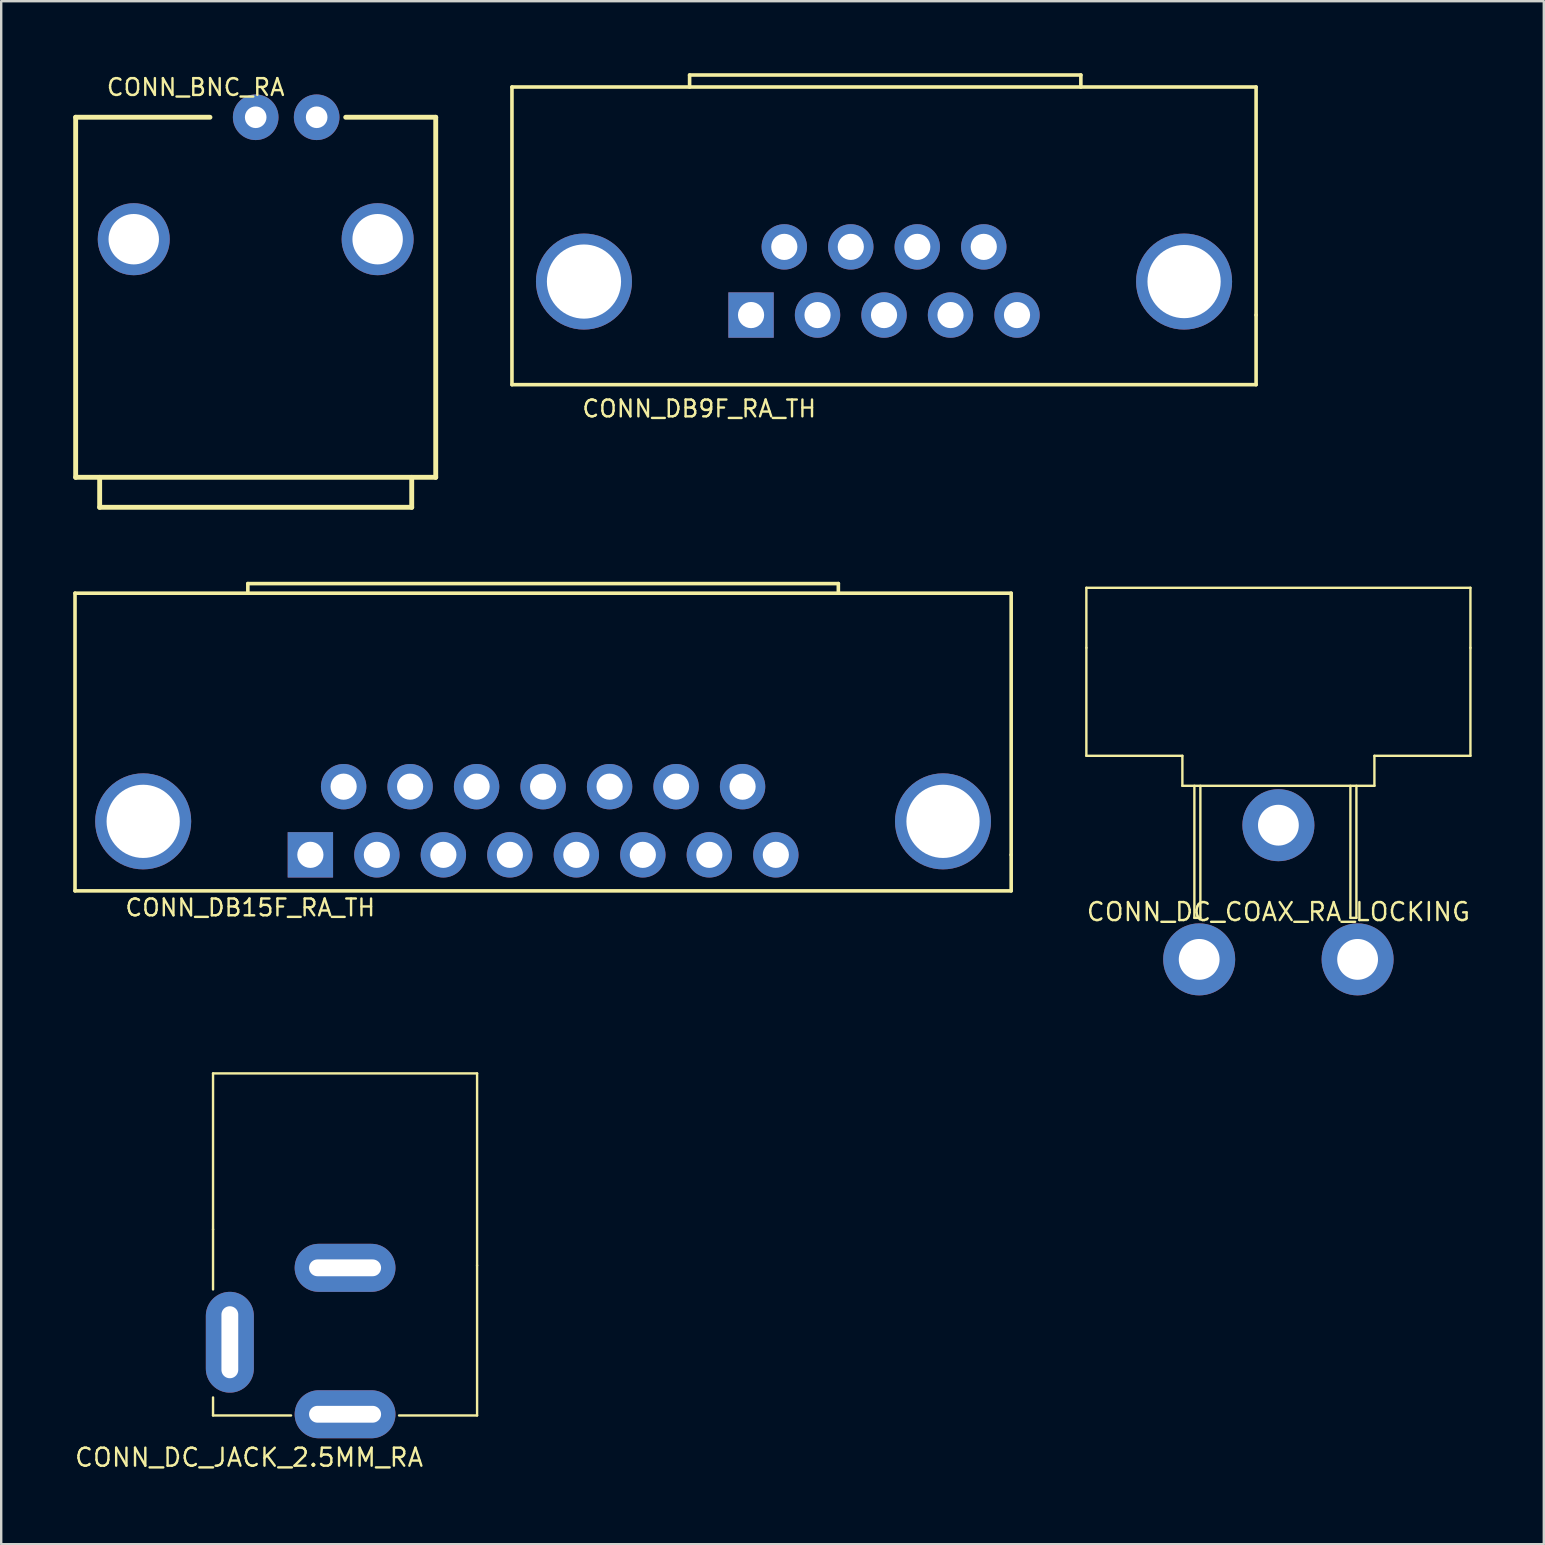
<source format=kicad_pcb>
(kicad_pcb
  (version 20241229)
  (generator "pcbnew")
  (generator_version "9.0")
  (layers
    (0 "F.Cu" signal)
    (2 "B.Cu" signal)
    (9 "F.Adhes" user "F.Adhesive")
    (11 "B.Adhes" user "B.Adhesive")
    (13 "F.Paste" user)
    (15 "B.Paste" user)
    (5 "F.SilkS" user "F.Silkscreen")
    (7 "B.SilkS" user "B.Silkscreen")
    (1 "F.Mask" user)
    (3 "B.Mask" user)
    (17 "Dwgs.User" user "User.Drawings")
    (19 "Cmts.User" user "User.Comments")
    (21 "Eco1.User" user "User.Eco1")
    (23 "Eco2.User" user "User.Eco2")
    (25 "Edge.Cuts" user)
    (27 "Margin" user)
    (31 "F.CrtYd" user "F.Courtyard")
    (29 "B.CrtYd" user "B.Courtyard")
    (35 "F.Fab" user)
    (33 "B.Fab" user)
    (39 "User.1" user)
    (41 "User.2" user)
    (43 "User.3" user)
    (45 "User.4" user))
  (footprint "CONN_DC_JACK_2.5MM_RA"
    (layer "F.Cu")
    (at 11.325 41.667)
    (property "Reference" "CONN_DC_JACK_2.5MM_RA" (at -4 16 0) (layer "F.SilkS") (effects (font (size 0.75 0.75) (thickness 0.1))))
    (attr through_hole)
    (fp_line (start -5.5 0) (end 5.5 0) (stroke (width 0.1) (type solid)) (layer "F.SilkS"))
    (fp_line (start -5.5 6.5) (end -5.5 0) (stroke (width 0.1) (type solid)) (layer "F.SilkS"))
    (fp_line (start -5.5 6.5) (end -5.5 9) (stroke (width 0.1) (type solid)) (layer "F.SilkS"))
    (fp_line (start -5.5 13.5) (end -5.5 14.25) (stroke (width 0.1) (type solid)) (layer "F.SilkS"))
    (fp_line (start -5.5 14.25) (end -2.25 14.25) (stroke (width 0.1) (type solid)) (layer "F.SilkS"))
    (fp_line (start 2.25 14.25) (end 5.5 14.25) (stroke (width 0.1) (type solid)) (layer "F.SilkS"))
    (fp_line (start 5.5 0) (end 5.5 8) (stroke (width 0.1) (type solid)) (layer "F.SilkS"))
    (fp_line (start 5.5 14.25) (end 5.5 8) (stroke (width 0.1) (type solid)) (layer "F.SilkS"))
    (pad "1" thru_hole oval (at 0 14.2 90) (size 2 4.2) (drill oval 0.7 3) (layers "*.Cu" "*.Mask"))
    (pad "2" thru_hole oval (at 0 8.1 90) (size 2 4.2) (drill oval 0.7 3) (layers "*.Cu" "*.Mask"))
    (pad "3" thru_hole oval (at -4.8 11.2) (size 2 4.2) (drill oval 0.7 3) (layers "*.Cu" "*.Mask")))
  (footprint "CONN_DC_COAX_RA_LOCKING"
    (layer "F.Cu")
    (at 50.207 21.437)
    (property "Reference" "CONN_DC_COAX_RA_LOCKING" (at 0 13.5 0) (layer "F.SilkS") (effects (font (size 0.75 0.75) (thickness 0.1))))
    (attr through_hole)
    (fp_line (start -8 0) (end 8 0) (stroke (width 0.1) (type solid)) (layer "F.SilkS"))
    (fp_line (start -8 2.5) (end -8 0) (stroke (width 0.1) (type solid)) (layer "F.SilkS"))
    (fp_line (start -8 2.5) (end -8 7) (stroke (width 0.1) (type solid)) (layer "F.SilkS"))
    (fp_line (start -8 7) (end -4 7) (stroke (width 0.1) (type solid)) (layer "F.SilkS"))
    (fp_line (start -4 7) (end -4 8.25) (stroke (width 0.1) (type solid)) (layer "F.SilkS"))
    (fp_line (start -4 8.25) (end 4 8.25) (stroke (width 0.1) (type solid)) (layer "F.SilkS"))
    (fp_line (start -3.5 8.25) (end -3.5 13.75) (stroke (width 0.1) (type solid)) (layer "F.SilkS"))
    (fp_line (start -3.5 13.75) (end -3.25 13.75) (stroke (width 0.1) (type solid)) (layer "F.SilkS"))
    (fp_line (start -3.25 13.75) (end -3.25 8.25) (stroke (width 0.1) (type solid)) (layer "F.SilkS"))
    (fp_line (start 3 8.25) (end 3 13.75) (stroke (width 0.1) (type solid)) (layer "F.SilkS"))
    (fp_line (start 3 13.75) (end 3.25 13.75) (stroke (width 0.1) (type solid)) (layer "F.SilkS"))
    (fp_line (start 3.25 13.75) (end 3.25 8.25) (stroke (width 0.1) (type solid)) (layer "F.SilkS"))
    (fp_line (start 4 7) (end 8 7) (stroke (width 0.1) (type solid)) (layer "F.SilkS"))
    (fp_line (start 4 8.25) (end 4 7) (stroke (width 0.1) (type solid)) (layer "F.SilkS"))
    (fp_line (start 8 0) (end 8 2.5) (stroke (width 0.1) (type solid)) (layer "F.SilkS"))
    (fp_line (start 8 7) (end 8 2.5) (stroke (width 0.1) (type solid)) (layer "F.SilkS"))
    (pad "1" thru_hole circle (at 0 9.89) (size 3 3) (drill 1.7) (layers "*.Cu" "*.Mask"))
    (pad "2" thru_hole circle (at -3.3 15.48) (size 3 3) (drill 1.7) (layers "*.Cu" "*.Mask"))
    (pad "3" thru_hole circle (at 3.3 15.48) (size 3 3) (drill 1.7) (layers "*.Cu" "*.Mask")))
  (footprint "CONN_DB9F_RA_TH"
    (layer "F.Cu")
    (at 33.778 10.075)
    (property "Reference" "CONN_DB9F_RA_TH" (at -7.7 3.9 0) (layer "F.SilkS") (effects (font (size 0.7 0.7) (thickness 0.1))))
    (attr through_hole)
    (fp_line (start -15.5 -9.5) (end -15.5 2.9) (stroke (width 0.15) (type solid)) (layer "F.SilkS"))
    (fp_line (start -15.5 2.9) (end 15.5 2.9) (stroke (width 0.15) (type solid)) (layer "F.SilkS"))
    (fp_line (start -8.1 -10) (end 8.2 -10) (stroke (width 0.15) (type solid)) (layer "F.SilkS"))
    (fp_line (start -8.1 -9.5) (end -8.1 -10) (stroke (width 0.15) (type solid)) (layer "F.SilkS"))
    (fp_line (start 8.2 -10) (end 8.2 -9.5) (stroke (width 0.15) (type solid)) (layer "F.SilkS"))
    (fp_line (start 15.5 -9.5) (end -15.5 -9.5) (stroke (width 0.15) (type solid)) (layer "F.SilkS"))
    (fp_line (start 15.5 0) (end 15.5 -9.5) (stroke (width 0.15) (type solid)) (layer "F.SilkS"))
    (fp_line (start 15.5 2.9) (end 15.5 0) (stroke (width 0.15) (type solid)) (layer "F.SilkS"))
    (pad "1" thru_hole rect (at -5.54 0) (size 1.89 1.89) (drill 1.09) (layers "*.Cu" "*.Mask"))
    (pad "2" thru_hole circle (at -2.77 0) (size 1.89 1.89) (drill 1.09) (layers "*.Cu" "*.Mask"))
    (pad "3" thru_hole circle (at 0 0) (size 1.89 1.89) (drill 1.09) (layers "*.Cu" "*.Mask"))
    (pad "4" thru_hole circle (at 2.77 0) (size 1.89 1.89) (drill 1.09) (layers "*.Cu" "*.Mask"))
    (pad "5" thru_hole circle (at 5.54 0) (size 1.89 1.89) (drill 1.09) (layers "*.Cu" "*.Mask"))
    (pad "6" thru_hole circle (at -4.155 -2.84) (size 1.89 1.89) (drill 1.09) (layers "*.Cu" "*.Mask"))
    (pad "7" thru_hole circle (at -1.385 -2.84) (size 1.89 1.89) (drill 1.09) (layers "*.Cu" "*.Mask"))
    (pad "8" thru_hole circle (at 1.385 -2.84) (size 1.89 1.89) (drill 1.09) (layers "*.Cu" "*.Mask"))
    (pad "9" thru_hole circle (at 4.155 -2.84) (size 1.89 1.89) (drill 1.09) (layers "*.Cu" "*.Mask"))
    (pad "A" thru_hole circle (at -12.5 -1.395) (size 4 4) (drill 3.09) (layers "*.Cu" "*.Mask"))
    (pad "B" thru_hole circle (at 12.5 -1.395) (size 4 4) (drill 3.05) (layers "*.Cu" "*.Mask")))
  (footprint "CONN_BNC_RA"
    (layer "F.Cu")
    (at 7.602 1.835)
    (property "Reference" "CONN_BNC_RA" (at -2.5 -1.25 0) (layer "F.SilkS") (effects (font (size 0.7 0.7) (thickness 0.1))))
    (attr through_hole)
    (fp_line (start -7.5 0) (end -7.5 15) (stroke (width 0.203) (type solid)) (layer "F.SilkS"))
    (fp_line (start -7.5 15) (end 7.5 15) (stroke (width 0.203) (type solid)) (layer "F.SilkS"))
    (fp_line (start -6.5 15) (end -6.5 16.25) (stroke (width 0.203) (type solid)) (layer "F.SilkS"))
    (fp_line (start -6.5 16.25) (end 6.5 16.25) (stroke (width 0.203) (type solid)) (layer "F.SilkS"))
    (fp_line (start -1.905 0) (end -7.5 0) (stroke (width 0.203) (type solid)) (layer "F.SilkS"))
    (fp_line (start 6.5 16.25) (end 6.5 15) (stroke (width 0.203) (type solid)) (layer "F.SilkS"))
    (fp_line (start 7.5 0) (end 3.75 0) (stroke (width 0.203) (type solid)) (layer "F.SilkS"))
    (fp_line (start 7.5 15) (end 7.5 0) (stroke (width 0.203) (type solid)) (layer "F.SilkS"))
    (pad "1" thru_hole circle (at 0 0) (size 1.9 1.9) (drill 0.9) (layers "*.Cu" "*.Mask"))
    (pad "2" thru_hole circle (at 2.54 0) (size 1.9 1.9) (drill 0.9) (layers "*.Cu" "*.Mask"))
    (pad "3" thru_hole circle (at -5.08 5.08) (size 3 3) (drill 2.1) (layers "*.Cu" "*.Mask"))
    (pad "4" thru_hole circle (at 5.08 5.08) (size 3 3) (drill 2.1) (layers "*.Cu" "*.Mask")))
  (footprint "CONN_DB15F_RA_TH"
    (layer "F.Cu")
    (at 19.575 32.562)
    (property "Reference" "CONN_DB15F_RA_TH" (at -12.2 2.2 0) (layer "F.SilkS") (effects (font (size 0.7 0.7) (thickness 0.1))))
    (attr through_hole)
    (fp_line (start -19.5 -10.9) (end -19.5 1.5) (stroke (width 0.15) (type solid)) (layer "F.SilkS"))
    (fp_line (start -19.5 1.5) (end 19.5 1.5) (stroke (width 0.15) (type solid)) (layer "F.SilkS"))
    (fp_line (start -12.3 -11.3) (end 12.3 -11.3) (stroke (width 0.15) (type solid)) (layer "F.SilkS"))
    (fp_line (start -12.3 -10.9) (end -12.3 -11.3) (stroke (width 0.15) (type solid)) (layer "F.SilkS"))
    (fp_line (start 12.3 -11.3) (end 12.3 -10.9) (stroke (width 0.15) (type solid)) (layer "F.SilkS"))
    (fp_line (start 19.5 -10.9) (end -19.5 -10.9) (stroke (width 0.15) (type solid)) (layer "F.SilkS"))
    (fp_line (start 19.5 0) (end 19.5 -10.9) (stroke (width 0.15) (type solid)) (layer "F.SilkS"))
    (fp_line (start 19.5 1.5) (end 19.5 0) (stroke (width 0.15) (type solid)) (layer "F.SilkS"))
    (pad "1" thru_hole rect (at -9.695 0) (size 1.89 1.89) (drill 1.09) (layers "*.Cu" "*.Mask"))
    (pad "2" thru_hole circle (at -6.925 0) (size 1.89 1.89) (drill 1.09) (layers "*.Cu" "*.Mask"))
    (pad "3" thru_hole circle (at -4.155 0) (size 1.89 1.89) (drill 1.09) (layers "*.Cu" "*.Mask"))
    (pad "4" thru_hole circle (at -1.385 0) (size 1.89 1.89) (drill 1.09) (layers "*.Cu" "*.Mask"))
    (pad "5" thru_hole circle (at 1.385 0) (size 1.89 1.89) (drill 1.09) (layers "*.Cu" "*.Mask"))
    (pad "6" thru_hole circle (at 4.155 0) (size 1.89 1.89) (drill 1.09) (layers "*.Cu" "*.Mask"))
    (pad "7" thru_hole circle (at 6.925 0) (size 1.89 1.89) (drill 1.09) (layers "*.Cu" "*.Mask"))
    (pad "8" thru_hole circle (at 9.695 0) (size 1.89 1.89) (drill 1.09) (layers "*.Cu" "*.Mask"))
    (pad "9" thru_hole circle (at -8.31 -2.84) (size 1.89 1.89) (drill 1.09) (layers "*.Cu" "*.Mask"))
    (pad "10" thru_hole circle (at -5.54 -2.84) (size 1.89 1.89) (drill 1.09) (layers "*.Cu" "*.Mask"))
    (pad "11" thru_hole circle (at -2.77 -2.84) (size 1.89 1.89) (drill 1.09) (layers "*.Cu" "*.Mask"))
    (pad "12" thru_hole circle (at 0 -2.84) (size 1.89 1.89) (drill 1.09) (layers "*.Cu" "*.Mask"))
    (pad "13" thru_hole circle (at 2.77 -2.84) (size 1.89 1.89) (drill 1.09) (layers "*.Cu" "*.Mask"))
    (pad "14" thru_hole circle (at 5.54 -2.84) (size 1.89 1.89) (drill 1.09) (layers "*.Cu" "*.Mask"))
    (pad "15" thru_hole circle (at 8.31 -2.84) (size 1.89 1.89) (drill 1.09) (layers "*.Cu" "*.Mask"))
    (pad "A" thru_hole circle (at -16.66 -1.395) (size 4 4) (drill 3.05) (layers "*.Cu" "*.Mask"))
    (pad "B" thru_hole circle (at 16.66 -1.395) (size 4 4) (drill 3.05) (layers "*.Cu" "*.Mask")))
  (gr_rect
    (start -3 -3)
    (end 61.264 61.281)
    (stroke (width 0.1) (type default))
    (fill no)
    (layer "Edge.Cuts")))
</source>
